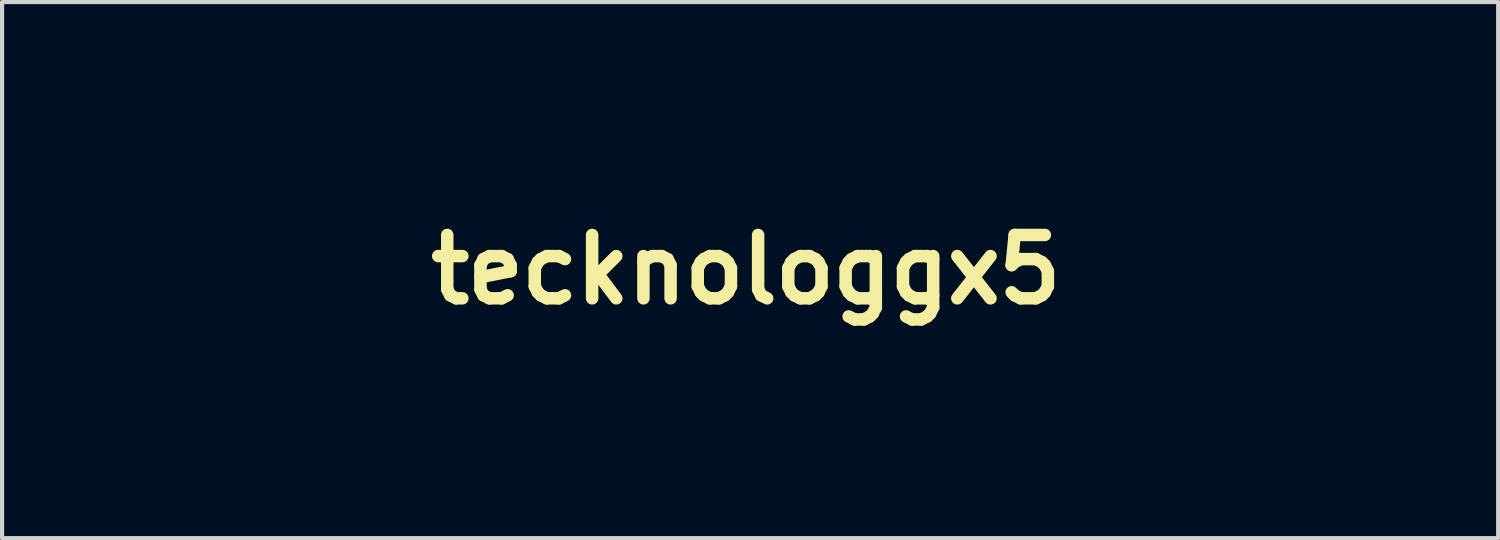
<source format=kicad_pcb>
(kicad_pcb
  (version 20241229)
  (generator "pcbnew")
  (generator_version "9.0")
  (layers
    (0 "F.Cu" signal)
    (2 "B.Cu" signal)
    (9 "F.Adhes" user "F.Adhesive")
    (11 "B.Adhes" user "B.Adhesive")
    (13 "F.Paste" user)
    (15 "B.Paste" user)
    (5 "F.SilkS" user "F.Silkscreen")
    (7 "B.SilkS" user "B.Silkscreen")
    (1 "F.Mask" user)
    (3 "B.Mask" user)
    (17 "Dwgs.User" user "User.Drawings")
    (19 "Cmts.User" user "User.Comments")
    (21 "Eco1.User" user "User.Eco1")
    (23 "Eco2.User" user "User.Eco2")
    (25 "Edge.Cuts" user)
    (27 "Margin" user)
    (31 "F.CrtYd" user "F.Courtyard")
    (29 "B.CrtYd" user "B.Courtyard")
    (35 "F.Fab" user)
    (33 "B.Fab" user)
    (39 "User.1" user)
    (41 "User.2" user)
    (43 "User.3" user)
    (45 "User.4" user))
  (footprint "tecknologgx5"
    (layer "F.Cu")
    (at 14.889 3.434)
    (property "Reference" "tecknologgx5" (at 0 0 0) (layer "F.SilkS") (effects (font (size 1.524 1.524) (thickness 0.3))))
    (attr through_hole)
    (fp_poly (pts (xy -4.623 0.102) (xy -5.69 0.102) (xy -5.69 -0.254) (xy -4.623 -0.254) (xy -4.623 0.102)) (stroke (width 0.01) (type solid)) (fill no) (layer "Eco1.User"))
    (fp_poly (pts (xy -1.778 0.864) (xy -2.136 0.864) (xy -2.108 -0.991) (xy -1.778 -1.022) (xy -1.778 0.864)) (stroke (width 0.01) (type solid)) (fill no) (layer "Eco1.User"))
    (fp_poly (pts (xy -6.41 -0.851) (xy -6.426 -0.686) (xy -6.795 -0.671) (xy -7.163 -0.656) (xy -7.163 0.864) (xy -7.518 0.864) (xy -7.518 -0.656) (xy -7.887 -0.671) (xy -8.255 -0.686) (xy -8.287 -1.016) (xy -6.394 -1.016) (xy -6.41 -0.851)) (stroke (width 0.01) (type solid)) (fill no) (layer "Eco1.User"))
    (fp_poly (pts (xy 5.029 0.508) (xy 6.401 0.508) (xy 6.401 0.864) (xy 5.598 0.864) (xy 5.246 0.86) (xy 4.99 0.85) (xy 4.823 0.833) (xy 4.74 0.807) (xy 4.735 0.803) (xy 4.709 0.737) (xy 4.691 0.592) (xy 4.68 0.361) (xy 4.674 0.039) (xy 4.674 -0.137) (xy 4.674 -1.016) (xy 5.029 -1.016) (xy 5.029 0.508)) (stroke (width 0.01) (type solid)) (fill no) (layer "Eco1.User"))
    (fp_poly (pts (xy 13.327 1.886) (xy 13.341 1.909) (xy 13.291 1.966) (xy 13.186 2.06) (xy 12.986 2.237) (xy 13.183 2.439) (xy 13.293 2.554) (xy 13.337 2.614) (xy 13.322 2.638) (xy 13.254 2.642) (xy 13.122 2.597) (xy 12.96 2.468) (xy 12.926 2.434) (xy 12.725 2.227) (xy 12.924 2.053) (xy 13.084 1.939) (xy 13.224 1.884) (xy 13.255 1.882) (xy 13.327 1.886)) (stroke (width 0.01) (type solid)) (fill no) (layer "Eco1.User"))
    (fp_poly (pts (xy 2.784 1.907) (xy 2.913 1.998) (xy 2.98 2.16) (xy 2.997 2.362) (xy 2.993 2.524) (xy 2.974 2.608) (xy 2.931 2.639) (xy 2.896 2.642) (xy 2.837 2.629) (xy 2.806 2.576) (xy 2.795 2.459) (xy 2.794 2.365) (xy 2.794 2.089) (xy 2.604 2.073) (xy 2.459 2.042) (xy 2.399 1.976) (xy 2.397 1.968) (xy 2.404 1.911) (xy 2.47 1.885) (xy 2.587 1.88) (xy 2.784 1.907)) (stroke (width 0.01) (type solid)) (fill no) (layer "Eco1.User"))
    (fp_poly (pts (xy 15.004 1.886) (xy 15.07 1.91) (xy 15.079 1.962) (xy 15.078 1.968) (xy 15.038 2.028) (xy 14.934 2.061) (xy 14.82 2.073) (xy 14.58 2.088) (xy 14.58 2.365) (xy 14.573 2.533) (xy 14.548 2.618) (xy 14.503 2.642) (xy 14.461 2.619) (xy 14.437 2.54) (xy 14.428 2.386) (xy 14.427 2.313) (xy 14.438 2.102) (xy 14.484 1.973) (xy 14.582 1.906) (xy 14.754 1.881) (xy 14.859 1.88) (xy 15.004 1.886)) (stroke (width 0.01) (type solid)) (fill no) (layer "Eco1.User"))
    (fp_poly (pts (xy -0.34 1.886) (xy -0.272 1.914) (xy -0.254 1.974) (xy -0.254 1.981) (xy -0.269 2.045) (xy -0.331 2.075) (xy -0.466 2.083) (xy -0.483 2.083) (xy -0.711 2.083) (xy -0.711 2.362) (xy -0.716 2.524) (xy -0.735 2.608) (xy -0.777 2.639) (xy -0.813 2.642) (xy -0.872 2.629) (xy -0.902 2.577) (xy -0.913 2.46) (xy -0.914 2.362) (xy -0.892 2.132) (xy -0.818 1.983) (xy -0.681 1.902) (xy -0.483 1.88) (xy -0.34 1.886)) (stroke (width 0.01) (type solid)) (fill no) (layer "Eco1.User"))
    (fp_poly (pts (xy 4.646 1.887) (xy 4.709 1.917) (xy 4.724 1.981) (xy 4.709 2.045) (xy 4.647 2.075) (xy 4.512 2.083) (xy 4.496 2.083) (xy 4.267 2.083) (xy 4.267 2.362) (xy 4.263 2.524) (xy 4.244 2.608) (xy 4.201 2.639) (xy 4.166 2.642) (xy 4.109 2.63) (xy 4.078 2.581) (xy 4.066 2.471) (xy 4.064 2.34) (xy 4.084 2.118) (xy 4.154 1.977) (xy 4.286 1.902) (xy 4.496 1.88) (xy 4.507 1.88) (xy 4.646 1.887)) (stroke (width 0.01) (type solid)) (fill no) (layer "Eco1.User"))
    (fp_poly (pts (xy 8.601 1.886) (xy 8.669 1.914) (xy 8.687 1.974) (xy 8.687 1.981) (xy 8.672 2.045) (xy 8.61 2.075) (xy 8.475 2.083) (xy 8.458 2.083) (xy 8.23 2.083) (xy 8.23 2.362) (xy 8.225 2.524) (xy 8.206 2.608) (xy 8.164 2.639) (xy 8.128 2.642) (xy 8.069 2.629) (xy 8.039 2.577) (xy 8.027 2.46) (xy 8.026 2.362) (xy 8.049 2.132) (xy 8.123 1.983) (xy 8.259 1.902) (xy 8.458 1.88) (xy 8.601 1.886)) (stroke (width 0.01) (type solid)) (fill no) (layer "Eco1.User"))
    (fp_poly (pts (xy 2.281 1.581) (xy 2.31 1.614) (xy 2.327 1.689) (xy 2.335 1.826) (xy 2.337 2.041) (xy 2.337 2.108) (xy 2.336 2.346) (xy 2.329 2.5) (xy 2.315 2.589) (xy 2.289 2.63) (xy 2.248 2.641) (xy 2.235 2.642) (xy 2.19 2.635) (xy 2.16 2.603) (xy 2.144 2.528) (xy 2.136 2.391) (xy 2.134 2.175) (xy 2.134 2.108) (xy 2.135 1.87) (xy 2.141 1.716) (xy 2.155 1.627) (xy 2.181 1.586) (xy 2.222 1.575) (xy 2.235 1.575) (xy 2.281 1.581)) (stroke (width 0.01) (type solid)) (fill no) (layer "Eco1.User"))
    (fp_poly (pts (xy 12.644 1.581) (xy 12.673 1.614) (xy 12.69 1.689) (xy 12.698 1.826) (xy 12.7 2.041) (xy 12.7 2.108) (xy 12.699 2.346) (xy 12.693 2.5) (xy 12.678 2.589) (xy 12.652 2.63) (xy 12.611 2.641) (xy 12.598 2.642) (xy 12.553 2.635) (xy 12.524 2.603) (xy 12.507 2.528) (xy 12.499 2.391) (xy 12.497 2.175) (xy 12.497 2.108) (xy 12.498 1.87) (xy 12.504 1.716) (xy 12.519 1.627) (xy 12.545 1.586) (xy 12.586 1.575) (xy 12.598 1.575) (xy 12.644 1.581)) (stroke (width 0.01) (type solid)) (fill no) (layer "Eco1.User"))
    (fp_poly (pts (xy -4.637 1.897) (xy -4.479 1.958) (xy -4.384 2.085) (xy -4.335 2.292) (xy -4.329 2.354) (xy -4.319 2.517) (xy -4.327 2.603) (xy -4.361 2.637) (xy -4.411 2.642) (xy -4.474 2.628) (xy -4.508 2.572) (xy -4.526 2.448) (xy -4.531 2.375) (xy -4.547 2.108) (xy -4.978 2.077) (xy -4.978 2.359) (xy -4.983 2.522) (xy -5.001 2.606) (xy -5.043 2.638) (xy -5.082 2.642) (xy -5.136 2.634) (xy -5.165 2.596) (xy -5.176 2.507) (xy -5.174 2.344) (xy -5.171 2.273) (xy -5.156 1.905) (xy -4.873 1.89) (xy -4.637 1.897)) (stroke (width 0.01) (type solid)) (fill no) (layer "Eco1.User"))
    (fp_poly (pts (xy -4.47 -0.66) (xy -5.842 -0.66) (xy -5.842 -0.157) (xy -5.839 0.067) (xy -5.831 0.258) (xy -5.819 0.389) (xy -5.811 0.428) (xy -5.784 0.461) (xy -5.721 0.484) (xy -5.606 0.499) (xy -5.424 0.506) (xy -5.158 0.508) (xy -5.125 0.508) (xy -4.47 0.508) (xy -4.47 0.864) (xy -5.118 0.86) (xy -5.373 0.856) (xy -5.598 0.846) (xy -5.769 0.833) (xy -5.864 0.817) (xy -5.867 0.816) (xy -5.969 0.767) (xy -6.043 0.706) (xy -6.093 0.617) (xy -6.123 0.486) (xy -6.137 0.295) (xy -6.139 0.029) (xy -6.135 -0.209) (xy -6.121 -0.991) (xy -5.296 -1.005) (xy -4.47 -1.019) (xy -4.47 -0.66)) (stroke (width 0.01) (type solid)) (fill no) (layer "Eco1.User"))
    (fp_poly (pts (xy -0.648 -0.546) (xy -1.118 -0.076) (xy -0.623 0.391) (xy -0.127 0.859) (xy -0.382 0.861) (xy -0.499 0.859) (xy -0.589 0.843) (xy -0.675 0.8) (xy -0.778 0.717) (xy -0.919 0.58) (xy -1.016 0.483) (xy -1.234 0.275) (xy -1.398 0.148) (xy -1.505 0.102) (xy -1.51 0.102) (xy -1.589 0.086) (xy -1.621 0.02) (xy -1.626 -0.076) (xy -1.615 -0.197) (xy -1.572 -0.247) (xy -1.51 -0.254) (xy -1.406 -0.295) (xy -1.246 -0.418) (xy -1.03 -0.62) (xy -1.016 -0.635) (xy -0.844 -0.805) (xy -0.722 -0.916) (xy -0.628 -0.979) (xy -0.542 -1.008) (xy -0.443 -1.016) (xy -0.408 -1.016) (xy -0.178 -1.016) (xy -0.648 -0.546)) (stroke (width 0.01) (type solid)) (fill no) (layer "Eco1.User"))
    (fp_poly (pts (xy -2.448 -0.851) (xy -2.464 -0.686) (xy -3.139 -0.672) (xy -3.813 -0.657) (xy -3.799 -0.087) (xy -3.785 0.483) (xy -2.438 0.511) (xy -2.438 0.864) (xy -3.111 0.862) (xy -3.436 0.856) (xy -3.672 0.842) (xy -3.831 0.818) (xy -3.917 0.787) (xy -4.02 0.711) (xy -4.092 0.603) (xy -4.137 0.447) (xy -4.158 0.227) (xy -4.16 -0.073) (xy -4.157 -0.178) (xy -4.149 -0.432) (xy -4.138 -0.606) (xy -4.12 -0.72) (xy -4.091 -0.794) (xy -4.045 -0.851) (xy -3.998 -0.894) (xy -3.936 -0.942) (xy -3.87 -0.976) (xy -3.782 -0.997) (xy -3.652 -1.009) (xy -3.461 -1.015) (xy -3.191 -1.016) (xy -3.144 -1.016) (xy -2.432 -1.016) (xy -2.448 -0.851)) (stroke (width 0.01) (type solid)) (fill no) (layer "Eco1.User"))
    (fp_poly (pts (xy -1.755 1.907) (xy -1.732 2.002) (xy -1.727 2.132) (xy -1.706 2.323) (xy -1.634 2.436) (xy -1.497 2.484) (xy -1.403 2.489) (xy -1.33 2.482) (xy -1.29 2.443) (xy -1.27 2.348) (xy -1.26 2.198) (xy -1.244 2.025) (xy -1.215 1.93) (xy -1.165 1.891) (xy -1.153 1.889) (xy -1.107 1.889) (xy -1.081 1.928) (xy -1.072 2.023) (xy -1.075 2.195) (xy -1.077 2.244) (xy -1.092 2.616) (xy -1.372 2.631) (xy -1.599 2.624) (xy -1.75 2.574) (xy -1.765 2.564) (xy -1.831 2.501) (xy -1.866 2.412) (xy -1.879 2.266) (xy -1.88 2.182) (xy -1.874 2.005) (xy -1.853 1.911) (xy -1.812 1.88) (xy -1.803 1.88) (xy -1.755 1.907)) (stroke (width 0.01) (type solid)) (fill no) (layer "Eco1.User"))
    (fp_poly (pts (xy 0.477 1.883) (xy 0.568 1.9) (xy 0.604 1.937) (xy 0.61 1.981) (xy 0.597 2.04) (xy 0.545 2.071) (xy 0.428 2.082) (xy 0.33 2.083) (xy 0.051 2.083) (xy 0.051 2.255) (xy 0.067 2.379) (xy 0.127 2.451) (xy 0.252 2.483) (xy 0.411 2.489) (xy 0.55 2.502) (xy 0.607 2.546) (xy 0.61 2.565) (xy 0.586 2.61) (xy 0.503 2.634) (xy 0.34 2.641) (xy 0.308 2.642) (xy 0.128 2.635) (xy 0.019 2.611) (xy -0.05 2.559) (xy -0.073 2.529) (xy -0.132 2.393) (xy -0.152 2.261) (xy -0.126 2.108) (xy -0.073 1.993) (xy -0.011 1.927) (xy 0.079 1.893) (xy 0.226 1.88) (xy 0.308 1.88) (xy 0.477 1.883)) (stroke (width 0.01) (type solid)) (fill no) (layer "Eco1.User"))
    (fp_poly (pts (xy -2.262 1.908) (xy -2.116 1.997) (xy -2.043 2.153) (xy -2.032 2.278) (xy -2.06 2.459) (xy -2.15 2.574) (xy -2.314 2.631) (xy -2.478 2.642) (xy -2.647 2.632) (xy -2.749 2.597) (xy -2.817 2.529) (xy -2.875 2.393) (xy -2.896 2.261) (xy -2.895 2.256) (xy -2.692 2.256) (xy -2.656 2.406) (xy -2.553 2.483) (xy -2.395 2.483) (xy -2.316 2.458) (xy -2.253 2.382) (xy -2.235 2.255) (xy -2.24 2.149) (xy -2.274 2.099) (xy -2.365 2.084) (xy -2.464 2.083) (xy -2.604 2.087) (xy -2.671 2.112) (xy -2.691 2.181) (xy -2.692 2.256) (xy -2.895 2.256) (xy -2.864 2.065) (xy -2.764 1.942) (xy -2.59 1.885) (xy -2.486 1.88) (xy -2.262 1.908)) (stroke (width 0.01) (type solid)) (fill no) (layer "Eco1.User"))
    (fp_poly (pts (xy -6.446 1.906) (xy -6.317 1.994) (xy -6.256 2.151) (xy -6.248 2.269) (xy -6.28 2.462) (xy -6.379 2.582) (xy -6.552 2.637) (xy -6.646 2.642) (xy -6.791 2.63) (xy -6.853 2.591) (xy -6.858 2.565) (xy -6.814 2.504) (xy -6.735 2.489) (xy -6.569 2.471) (xy -6.481 2.405) (xy -6.452 2.277) (xy -6.452 2.255) (xy -6.457 2.149) (xy -6.491 2.099) (xy -6.581 2.084) (xy -6.68 2.083) (xy -6.909 2.083) (xy -6.909 2.489) (xy -6.912 2.697) (xy -6.925 2.822) (xy -6.95 2.882) (xy -6.987 2.896) (xy -7.071 2.854) (xy -7.094 2.819) (xy -7.106 2.732) (xy -7.109 2.577) (xy -7.103 2.386) (xy -7.103 2.381) (xy -7.078 2.149) (xy -7.026 2) (xy -6.929 1.917) (xy -6.774 1.884) (xy -6.653 1.88) (xy -6.446 1.906)) (stroke (width 0.01) (type solid)) (fill no) (layer "Eco1.User"))
    (fp_poly (pts (xy -5.485 1.909) (xy -5.351 1.988) (xy -5.286 2.098) (xy -5.303 2.225) (xy -5.363 2.308) (xy -5.457 2.36) (xy -5.587 2.386) (xy -5.718 2.385) (xy -5.814 2.357) (xy -5.842 2.315) (xy -5.795 2.256) (xy -5.677 2.226) (xy -5.545 2.192) (xy -5.503 2.14) (xy -5.545 2.089) (xy -5.667 2.059) (xy -5.715 2.057) (xy -5.918 2.057) (xy -5.918 2.261) (xy -5.912 2.391) (xy -5.876 2.452) (xy -5.783 2.475) (xy -5.728 2.48) (xy -5.586 2.51) (xy -5.537 2.568) (xy -5.537 2.568) (xy -5.581 2.614) (xy -5.689 2.639) (xy -5.824 2.642) (xy -5.953 2.622) (xy -6.035 2.581) (xy -6.07 2.498) (xy -6.092 2.353) (xy -6.096 2.252) (xy -6.081 2.068) (xy -6.025 1.955) (xy -5.908 1.898) (xy -5.713 1.88) (xy -5.675 1.88) (xy -5.485 1.909)) (stroke (width 0.01) (type solid)) (fill no) (layer "Eco1.User"))
    (fp_poly (pts (xy -3.199 1.885) (xy -3.124 1.908) (xy -3.1 1.959) (xy -3.099 1.981) (xy -3.114 2.044) (xy -3.176 2.076) (xy -3.31 2.089) (xy -3.34 2.09) (xy -3.581 2.096) (xy -3.353 2.129) (xy -3.163 2.165) (xy -3.055 2.215) (xy -3.006 2.293) (xy -2.997 2.389) (xy -3.026 2.516) (xy -3.119 2.596) (xy -3.289 2.635) (xy -3.451 2.642) (xy -3.612 2.634) (xy -3.691 2.606) (xy -3.708 2.565) (xy -3.676 2.514) (xy -3.569 2.491) (xy -3.493 2.488) (xy -3.336 2.477) (xy -3.22 2.449) (xy -3.161 2.413) (xy -3.18 2.376) (xy -3.202 2.367) (xy -3.303 2.344) (xy -3.444 2.326) (xy -3.449 2.326) (xy -3.612 2.281) (xy -3.706 2.189) (xy -3.717 2.069) (xy -3.679 1.992) (xy -3.607 1.92) (xy -3.497 1.887) (xy -3.35 1.88) (xy -3.199 1.885)) (stroke (width 0.01) (type solid)) (fill no) (layer "Eco1.User"))
    (fp_poly (pts (xy 1.349 1.891) (xy 1.446 1.936) (xy 1.496 1.995) (xy 1.553 2.146) (xy 1.521 2.27) (xy 1.411 2.353) (xy 1.234 2.384) (xy 1.14 2.379) (xy 1.013 2.344) (xy 0.98 2.294) (xy 1.04 2.248) (xy 1.153 2.226) (xy 1.296 2.196) (xy 1.346 2.137) (xy 1.346 2.134) (xy 1.313 2.081) (xy 1.201 2.059) (xy 1.143 2.057) (xy 0.94 2.057) (xy 0.94 2.261) (xy 0.946 2.391) (xy 0.982 2.452) (xy 1.075 2.475) (xy 1.13 2.48) (xy 1.272 2.51) (xy 1.321 2.568) (xy 1.321 2.568) (xy 1.277 2.614) (xy 1.169 2.639) (xy 1.034 2.642) (xy 0.905 2.622) (xy 0.823 2.581) (xy 0.788 2.498) (xy 0.766 2.353) (xy 0.762 2.252) (xy 0.776 2.069) (xy 0.832 1.956) (xy 0.947 1.899) (xy 1.14 1.88) (xy 1.189 1.88) (xy 1.349 1.891)) (stroke (width 0.01) (type solid)) (fill no) (layer "Eco1.User"))
    (fp_poly (pts (xy -12.779 -0.501) (xy -12.605 -0.399) (xy -12.517 -0.325) (xy -12.506 -0.268) (xy -12.548 -0.229) (xy -12.597 -0.166) (xy -12.564 -0.085) (xy -12.443 0.019) (xy -12.232 0.151) (xy -12.219 0.158) (xy -12.031 0.27) (xy -11.923 0.349) (xy -11.884 0.405) (xy -11.894 0.44) (xy -11.929 0.504) (xy -11.914 0.57) (xy -11.839 0.646) (xy -11.693 0.745) (xy -11.467 0.875) (xy -11.449 0.885) (xy -11.193 1.028) (xy -11.016 1.129) (xy -10.909 1.199) (xy -10.865 1.248) (xy -10.874 1.286) (xy -10.928 1.323) (xy -11.017 1.368) (xy -11.025 1.372) (xy -11.226 1.444) (xy -11.477 1.491) (xy -11.741 1.509) (xy -11.978 1.495) (xy -12.122 1.46) (xy -12.471 1.275) (xy -12.761 1.028) (xy -12.983 0.733) (xy -13.131 0.405) (xy -13.198 0.057) (xy -13.176 -0.296) (xy -13.113 -0.517) (xy -13.061 -0.653) (xy -12.779 -0.501)) (stroke (width 0.01) (type solid)) (fill no) (layer "Eco1.User"))
    (fp_poly (pts (xy -11.653 -1.509) (xy -11.279 -1.424) (xy -10.947 -1.259) (xy -10.666 -1.027) (xy -10.446 -0.742) (xy -10.296 -0.416) (xy -10.225 -0.064) (xy -10.242 0.303) (xy -10.279 0.461) (xy -10.336 0.633) (xy -10.396 0.776) (xy -10.429 0.832) (xy -10.469 0.876) (xy -10.512 0.877) (xy -10.576 0.825) (xy -10.678 0.708) (xy -10.736 0.637) (xy -10.877 0.456) (xy -10.953 0.338) (xy -10.967 0.274) (xy -10.925 0.254) (xy -10.922 0.254) (xy -10.866 0.223) (xy -10.88 0.14) (xy -10.955 0.018) (xy -11.084 -0.127) (xy -11.158 -0.197) (xy -11.304 -0.332) (xy -11.382 -0.421) (xy -11.404 -0.482) (xy -11.381 -0.531) (xy -11.36 -0.579) (xy -11.373 -0.646) (xy -11.429 -0.751) (xy -11.535 -0.909) (xy -11.627 -1.037) (xy -11.756 -1.218) (xy -11.859 -1.368) (xy -11.923 -1.47) (xy -11.938 -1.502) (xy -11.892 -1.517) (xy -11.774 -1.518) (xy -11.653 -1.509)) (stroke (width 0.01) (type solid)) (fill no) (layer "Eco1.User"))
    (fp_poly (pts (xy 7.059 1.912) (xy 7.061 1.934) (xy 7.031 2.017) (xy 6.955 2.149) (xy 6.852 2.301) (xy 6.742 2.446) (xy 6.645 2.555) (xy 6.594 2.596) (xy 6.465 2.63) (xy 6.381 2.575) (xy 6.35 2.436) (xy 6.35 2.43) (xy 6.35 2.265) (xy 6.157 2.453) (xy 6.033 2.571) (xy 5.958 2.627) (xy 5.911 2.634) (xy 5.876 2.608) (xy 5.859 2.543) (xy 5.847 2.407) (xy 5.842 2.228) (xy 5.842 2.227) (xy 5.845 2.043) (xy 5.858 1.938) (xy 5.887 1.891) (xy 5.939 1.88) (xy 5.944 1.88) (xy 6.009 1.896) (xy 6.038 1.961) (xy 6.045 2.095) (xy 6.045 2.311) (xy 6.244 2.083) (xy 6.376 1.948) (xy 6.467 1.903) (xy 6.523 1.952) (xy 6.555 2.098) (xy 6.563 2.184) (xy 6.579 2.413) (xy 6.743 2.146) (xy 6.849 1.999) (xy 6.947 1.905) (xy 7.022 1.872) (xy 7.059 1.912)) (stroke (width 0.01) (type solid)) (fill no) (layer "Eco1.User"))
    (fp_poly (pts (xy 7.559 1.882) (xy 7.699 1.906) (xy 7.801 1.952) (xy 7.867 2.053) (xy 7.899 2.21) (xy 7.895 2.38) (xy 7.852 2.523) (xy 7.83 2.558) (xy 7.722 2.62) (xy 7.559 2.646) (xy 7.379 2.637) (xy 7.22 2.595) (xy 7.137 2.54) (xy 7.076 2.417) (xy 7.101 2.3) (xy 7.194 2.204) (xy 7.342 2.146) (xy 7.526 2.142) (xy 7.629 2.18) (xy 7.647 2.237) (xy 7.588 2.293) (xy 7.46 2.327) (xy 7.455 2.327) (xy 7.312 2.357) (xy 7.264 2.418) (xy 7.264 2.419) (xy 7.29 2.467) (xy 7.381 2.483) (xy 7.48 2.479) (xy 7.616 2.465) (xy 7.678 2.429) (xy 7.695 2.343) (xy 7.696 2.261) (xy 7.691 2.133) (xy 7.658 2.072) (xy 7.568 2.049) (xy 7.48 2.042) (xy 7.326 2.015) (xy 7.266 1.964) (xy 7.264 1.953) (xy 7.308 1.905) (xy 7.418 1.881) (xy 7.559 1.882)) (stroke (width 0.01) (type solid)) (fill no) (layer "Eco1.User"))
    (fp_poly (pts (xy 9.424 1.891) (xy 9.519 1.934) (xy 9.58 2.007) (xy 9.634 2.105) (xy 9.626 2.183) (xy 9.579 2.263) (xy 9.505 2.348) (xy 9.41 2.38) (xy 9.285 2.378) (xy 9.132 2.351) (xy 9.061 2.309) (xy 9.076 2.264) (xy 9.182 2.231) (xy 9.23 2.226) (xy 9.373 2.196) (xy 9.423 2.137) (xy 9.423 2.134) (xy 9.39 2.081) (xy 9.279 2.059) (xy 9.22 2.057) (xy 9.017 2.057) (xy 9.017 2.261) (xy 9.023 2.391) (xy 9.059 2.452) (xy 9.152 2.475) (xy 9.207 2.48) (xy 9.349 2.51) (xy 9.398 2.568) (xy 9.398 2.568) (xy 9.354 2.614) (xy 9.246 2.639) (xy 9.111 2.642) (xy 8.983 2.622) (xy 8.9 2.581) (xy 8.865 2.498) (xy 8.843 2.353) (xy 8.839 2.252) (xy 8.854 2.069) (xy 8.909 1.956) (xy 9.024 1.899) (xy 9.217 1.88) (xy 9.266 1.88) (xy 9.424 1.891)) (stroke (width 0.01) (type solid)) (fill no) (layer "Eco1.User"))
    (fp_poly (pts (xy 12.144 1.894) (xy 12.267 1.948) (xy 12.327 2.06) (xy 12.344 2.248) (xy 12.344 2.261) (xy 12.33 2.449) (xy 12.275 2.564) (xy 12.161 2.623) (xy 11.969 2.641) (xy 11.924 2.642) (xy 11.738 2.62) (xy 11.617 2.55) (xy 11.608 2.54) (xy 11.547 2.417) (xy 11.571 2.3) (xy 11.665 2.204) (xy 11.812 2.146) (xy 11.996 2.142) (xy 12.099 2.18) (xy 12.117 2.237) (xy 12.058 2.293) (xy 11.931 2.327) (xy 11.925 2.327) (xy 11.783 2.357) (xy 11.735 2.418) (xy 11.735 2.419) (xy 11.76 2.467) (xy 11.851 2.483) (xy 11.951 2.479) (xy 12.087 2.463) (xy 12.153 2.425) (xy 12.178 2.34) (xy 12.183 2.291) (xy 12.175 2.147) (xy 12.105 2.066) (xy 11.959 2.034) (xy 11.9 2.033) (xy 11.773 2.013) (xy 11.735 1.956) (xy 11.768 1.903) (xy 11.878 1.881) (xy 11.941 1.88) (xy 12.144 1.894)) (stroke (width 0.01) (type solid)) (fill no) (layer "Eco1.User"))
    (fp_poly (pts (xy 14.031 1.889) (xy 14.177 1.932) (xy 14.251 2.022) (xy 14.275 2.155) (xy 14.245 2.284) (xy 14.214 2.327) (xy 14.125 2.37) (xy 13.996 2.389) (xy 13.86 2.384) (xy 13.755 2.357) (xy 13.716 2.311) (xy 13.755 2.255) (xy 13.88 2.235) (xy 13.891 2.235) (xy 14.029 2.216) (xy 14.104 2.169) (xy 14.1 2.108) (xy 14.065 2.077) (xy 13.966 2.048) (xy 13.843 2.044) (xy 13.746 2.062) (xy 13.699 2.113) (xy 13.679 2.227) (xy 13.675 2.273) (xy 13.659 2.489) (xy 13.865 2.489) (xy 14.008 2.501) (xy 14.067 2.542) (xy 14.072 2.565) (xy 14.028 2.616) (xy 13.92 2.641) (xy 13.781 2.641) (xy 13.646 2.616) (xy 13.547 2.566) (xy 13.542 2.562) (xy 13.481 2.441) (xy 13.461 2.273) (xy 13.482 2.104) (xy 13.543 1.976) (xy 13.555 1.964) (xy 13.675 1.907) (xy 13.849 1.881) (xy 14.031 1.889)) (stroke (width 0.01) (type solid)) (fill no) (layer "Eco1.User"))
    (fp_poly (pts (xy 3.712 1.894) (xy 3.834 1.948) (xy 3.895 2.06) (xy 3.912 2.248) (xy 3.912 2.261) (xy 3.904 2.433) (xy 3.875 2.532) (xy 3.816 2.587) (xy 3.813 2.589) (xy 3.674 2.63) (xy 3.498 2.641) (xy 3.326 2.623) (xy 3.199 2.578) (xy 3.179 2.562) (xy 3.108 2.438) (xy 3.124 2.315) (xy 3.214 2.212) (xy 3.365 2.147) (xy 3.491 2.134) (xy 3.609 2.147) (xy 3.654 2.197) (xy 3.658 2.235) (xy 3.638 2.305) (xy 3.56 2.333) (xy 3.48 2.337) (xy 3.35 2.352) (xy 3.303 2.403) (xy 3.302 2.416) (xy 3.325 2.466) (xy 3.41 2.483) (xy 3.518 2.479) (xy 3.654 2.463) (xy 3.72 2.425) (xy 3.745 2.34) (xy 3.75 2.291) (xy 3.742 2.147) (xy 3.673 2.066) (xy 3.526 2.034) (xy 3.467 2.033) (xy 3.34 2.013) (xy 3.302 1.956) (xy 3.335 1.903) (xy 3.445 1.881) (xy 3.509 1.88) (xy 3.712 1.894)) (stroke (width 0.01) (type solid)) (fill no) (layer "Eco1.User"))
    (fp_poly (pts (xy 0.274 -1.041) (xy 0.337 -1.008) (xy 0.424 -0.938) (xy 0.545 -0.822) (xy 0.712 -0.653) (xy 0.935 -0.42) (xy 0.991 -0.361) (xy 1.6 0.279) (xy 1.629 -1.016) (xy 1.981 -1.016) (xy 1.981 -0.131) (xy 1.98 0.2) (xy 1.975 0.444) (xy 1.965 0.616) (xy 1.95 0.729) (xy 1.927 0.799) (xy 1.901 0.835) (xy 1.824 0.899) (xy 1.787 0.916) (xy 1.742 0.881) (xy 1.64 0.785) (xy 1.49 0.638) (xy 1.306 0.452) (xy 1.115 0.255) (xy 0.91 0.044) (xy 0.728 -0.14) (xy 0.581 -0.284) (xy 0.482 -0.376) (xy 0.442 -0.406) (xy 0.429 -0.359) (xy 0.417 -0.229) (xy 0.41 -0.036) (xy 0.406 0.201) (xy 0.406 0.229) (xy 0.406 0.864) (xy 0.102 0.864) (xy 0.102 -0.071) (xy 0.103 -0.408) (xy 0.107 -0.657) (xy 0.115 -0.831) (xy 0.129 -0.943) (xy 0.148 -1.006) (xy 0.175 -1.033) (xy 0.178 -1.034) (xy 0.225 -1.047) (xy 0.274 -1.041)) (stroke (width 0.01) (type solid)) (fill no) (layer "Eco1.User"))
    (fp_poly (pts (xy 5.637 1.583) (xy 5.667 1.619) (xy 5.683 1.703) (xy 5.689 1.855) (xy 5.69 2.024) (xy 5.682 2.285) (xy 5.652 2.461) (xy 5.588 2.568) (xy 5.478 2.622) (xy 5.31 2.641) (xy 5.244 2.642) (xy 5.075 2.632) (xy 4.973 2.597) (xy 4.905 2.529) (xy 4.846 2.393) (xy 4.826 2.261) (xy 4.86 2.062) (xy 4.965 1.937) (xy 5.143 1.883) (xy 5.21 1.88) (xy 5.352 1.886) (xy 5.418 1.915) (xy 5.436 1.976) (xy 5.436 1.981) (xy 5.419 2.048) (xy 5.35 2.077) (xy 5.232 2.083) (xy 5.102 2.088) (xy 5.044 2.121) (xy 5.03 2.208) (xy 5.029 2.26) (xy 5.043 2.387) (xy 5.098 2.449) (xy 5.153 2.467) (xy 5.293 2.479) (xy 5.381 2.465) (xy 5.433 2.439) (xy 5.464 2.389) (xy 5.48 2.291) (xy 5.486 2.124) (xy 5.486 2.003) (xy 5.488 1.794) (xy 5.497 1.667) (xy 5.518 1.601) (xy 5.555 1.577) (xy 5.588 1.575) (xy 5.637 1.583)) (stroke (width 0.01) (type solid)) (fill no) (layer "Eco1.User"))
    (fp_poly (pts (xy 10.811 -0.851) (xy 10.795 -0.686) (xy 9.296 -0.658) (xy 9.296 0.508) (xy 10.465 0.508) (xy 10.465 0.106) (xy 10.02 0.091) (xy 9.576 0.076) (xy 9.544 -0.254) (xy 10.102 -0.254) (xy 10.337 -0.251) (xy 10.538 -0.244) (xy 10.683 -0.233) (xy 10.74 -0.223) (xy 10.779 -0.19) (xy 10.804 -0.113) (xy 10.816 0.026) (xy 10.82 0.246) (xy 10.82 0.275) (xy 10.813 0.532) (xy 10.793 0.711) (xy 10.761 0.801) (xy 10.759 0.803) (xy 10.679 0.831) (xy 10.521 0.851) (xy 10.308 0.863) (xy 10.063 0.866) (xy 9.808 0.861) (xy 9.568 0.848) (xy 9.365 0.827) (xy 9.223 0.8) (xy 9.183 0.784) (xy 9.087 0.721) (xy 9.02 0.642) (xy 8.977 0.528) (xy 8.953 0.361) (xy 8.942 0.123) (xy 8.941 -0.094) (xy 8.942 -0.354) (xy 8.948 -0.534) (xy 8.963 -0.656) (xy 8.989 -0.74) (xy 9.032 -0.81) (xy 9.072 -0.86) (xy 9.204 -1.016) (xy 10.827 -1.016) (xy 10.811 -0.851)) (stroke (width 0.01) (type solid)) (fill no) (layer "Eco1.User"))
    (fp_poly (pts (xy -7.564 1.649) (xy -7.404 1.726) (xy -7.398 1.731) (xy -7.321 1.804) (xy -7.281 1.891) (xy -7.266 2.025) (xy -7.264 2.137) (xy -7.282 2.37) (xy -7.343 2.521) (xy -7.465 2.606) (xy -7.662 2.639) (xy -7.767 2.642) (xy -7.988 2.627) (xy -8.135 2.58) (xy -8.18 2.549) (xy -8.263 2.444) (xy -8.309 2.277) (xy -8.319 2.196) (xy -8.322 2.141) (xy -8.13 2.141) (xy -8.113 2.295) (xy -8.067 2.41) (xy -8.039 2.437) (xy -7.928 2.469) (xy -7.773 2.472) (xy -7.616 2.452) (xy -7.497 2.411) (xy -7.462 2.38) (xy -7.427 2.266) (xy -7.42 2.114) (xy -7.439 1.971) (xy -7.478 1.89) (xy -7.563 1.853) (xy -7.706 1.831) (xy -7.772 1.829) (xy -7.926 1.841) (xy -8.041 1.873) (xy -8.067 1.89) (xy -8.115 1.992) (xy -8.13 2.141) (xy -8.322 2.141) (xy -8.328 2.034) (xy -8.307 1.928) (xy -8.242 1.835) (xy -8.189 1.78) (xy -8.072 1.682) (xy -7.952 1.636) (xy -7.783 1.626) (xy -7.564 1.649)) (stroke (width 0.01) (type solid)) (fill no) (layer "Eco1.User"))
    (fp_poly (pts (xy 10.378 1.681) (xy 10.47 1.804) (xy 10.591 1.998) (xy 10.69 2.158) (xy 10.77 2.277) (xy 10.816 2.335) (xy 10.82 2.337) (xy 10.857 2.296) (xy 10.93 2.189) (xy 11.026 2.037) (xy 11.05 1.998) (xy 11.178 1.793) (xy 11.268 1.677) (xy 11.327 1.652) (xy 11.36 1.72) (xy 11.376 1.885) (xy 11.379 2.129) (xy 11.377 2.369) (xy 11.367 2.523) (xy 11.348 2.608) (xy 11.318 2.64) (xy 11.306 2.642) (xy 11.257 2.607) (xy 11.227 2.494) (xy 11.217 2.375) (xy 11.201 2.108) (xy 11.1 2.279) (xy 11.007 2.423) (xy 10.917 2.548) (xy 10.909 2.558) (xy 10.84 2.632) (xy 10.795 2.63) (xy 10.739 2.565) (xy 10.664 2.458) (xy 10.57 2.312) (xy 10.538 2.261) (xy 10.417 2.057) (xy 10.416 2.349) (xy 10.408 2.523) (xy 10.385 2.614) (xy 10.341 2.642) (xy 10.338 2.642) (xy 10.302 2.625) (xy 10.28 2.564) (xy 10.267 2.441) (xy 10.262 2.241) (xy 10.262 2.129) (xy 10.266 1.872) (xy 10.282 1.713) (xy 10.317 1.65) (xy 10.378 1.681)) (stroke (width 0.01) (type solid)) (fill no) (layer "Eco1.User"))
    (fp_poly (pts (xy -12.049 -1.188) (xy -12.002 -1.122) (xy -11.918 -1.001) (xy -11.84 -0.89) (xy -11.745 -0.739) (xy -11.712 -0.646) (xy -11.726 -0.621) (xy -11.785 -0.562) (xy -11.759 -0.456) (xy -11.653 -0.31) (xy -11.493 -0.152) (xy -11.35 -0.014) (xy -11.27 0.085) (xy -11.262 0.134) (xy -11.265 0.136) (xy -11.323 0.197) (xy -11.301 0.307) (xy -11.199 0.47) (xy -11.134 0.552) (xy -10.988 0.733) (xy -10.901 0.855) (xy -10.875 0.91) (xy -10.881 0.913) (xy -10.929 0.889) (xy -11.043 0.827) (xy -11.197 0.74) (xy -11.218 0.728) (xy -11.392 0.621) (xy -11.48 0.545) (xy -11.488 0.495) (xy -11.484 0.491) (xy -11.438 0.422) (xy -11.453 0.351) (xy -11.538 0.269) (xy -11.703 0.163) (xy -11.814 0.1) (xy -11.998 -0.003) (xy -12.105 -0.073) (xy -12.15 -0.122) (xy -12.146 -0.164) (xy -12.114 -0.205) (xy -12.062 -0.296) (xy -12.063 -0.353) (xy -12.121 -0.401) (xy -12.245 -0.482) (xy -12.413 -0.58) (xy -12.475 -0.615) (xy -12.646 -0.712) (xy -12.776 -0.794) (xy -12.845 -0.846) (xy -12.851 -0.855) (xy -12.806 -0.898) (xy -12.694 -0.96) (xy -12.541 -1.032) (xy -12.372 -1.101) (xy -12.217 -1.158) (xy -12.099 -1.19) (xy -12.049 -1.188)) (stroke (width 0.01) (type solid)) (fill no) (layer "Eco1.User"))
    (fp_poly (pts (xy 13.005 -0.663) (xy 12.255 -0.649) (xy 11.506 -0.635) (xy 11.491 -0.178) (xy 11.482 0.098) (xy 11.486 0.288) (xy 11.517 0.408) (xy 11.59 0.474) (xy 11.719 0.502) (xy 11.919 0.508) (xy 12.117 0.508) (xy 12.7 0.508) (xy 12.7 0.102) (xy 11.786 0.102) (xy 11.786 -0.254) (xy 12.36 -0.254) (xy 12.664 -0.248) (xy 12.873 -0.23) (xy 12.983 -0.201) (xy 12.995 -0.193) (xy 13.027 -0.107) (xy 13.048 0.066) (xy 13.056 0.305) (xy 13.048 0.548) (xy 13.027 0.719) (xy 12.995 0.803) (xy 12.92 0.828) (xy 12.766 0.846) (xy 12.556 0.858) (xy 12.313 0.863) (xy 12.06 0.862) (xy 11.818 0.855) (xy 11.612 0.841) (xy 11.463 0.821) (xy 11.405 0.802) (xy 11.317 0.744) (xy 11.256 0.674) (xy 11.215 0.575) (xy 11.192 0.428) (xy 11.181 0.216) (xy 11.178 -0.078) (xy 11.178 -0.091) (xy 11.178 -0.365) (xy 11.181 -0.556) (xy 11.192 -0.684) (xy 11.213 -0.768) (xy 11.247 -0.826) (xy 11.297 -0.879) (xy 11.31 -0.891) (xy 11.366 -0.939) (xy 11.424 -0.972) (xy 11.504 -0.995) (xy 11.621 -1.008) (xy 11.795 -1.014) (xy 12.043 -1.016) (xy 12.225 -1.016) (xy 13.005 -1.016) (xy 13.005 -0.663)) (stroke (width 0.01) (type solid)) (fill no) (layer "Eco1.User"))
    (fp_poly (pts (xy 7.947 -1.019) (xy 8.215 -0.946) (xy 8.407 -0.815) (xy 8.531 -0.618) (xy 8.596 -0.347) (xy 8.611 -0.076) (xy 8.59 0.238) (xy 8.523 0.476) (xy 8.404 0.653) (xy 8.242 0.777) (xy 8.065 0.843) (xy 7.826 0.885) (xy 7.566 0.899) (xy 7.32 0.884) (xy 7.144 0.843) (xy 6.887 0.698) (xy 6.704 0.486) (xy 6.597 0.211) (xy 6.568 -0.122) (xy 6.57 -0.147) (xy 6.922 -0.147) (xy 6.927 0.131) (xy 6.984 0.329) (xy 7.103 0.459) (xy 7.292 0.53) (xy 7.563 0.549) (xy 7.664 0.547) (xy 7.863 0.534) (xy 7.991 0.512) (xy 8.077 0.47) (xy 8.15 0.399) (xy 8.159 0.39) (xy 8.245 0.232) (xy 8.285 0.032) (xy 8.282 -0.184) (xy 8.241 -0.39) (xy 8.164 -0.558) (xy 8.056 -0.663) (xy 8.016 -0.679) (xy 7.905 -0.695) (xy 7.733 -0.707) (xy 7.559 -0.711) (xy 7.36 -0.705) (xy 7.228 -0.681) (xy 7.129 -0.63) (xy 7.08 -0.591) (xy 7 -0.509) (xy 6.954 -0.412) (xy 6.931 -0.267) (xy 6.922 -0.147) (xy 6.57 -0.147) (xy 6.582 -0.287) (xy 6.643 -0.568) (xy 6.752 -0.776) (xy 6.92 -0.919) (xy 7.158 -1.004) (xy 7.475 -1.039) (xy 7.595 -1.041) (xy 7.947 -1.019)) (stroke (width 0.01) (type solid)) (fill no) (layer "Eco1.User"))
    (fp_poly (pts (xy 3.679 -1.019) (xy 3.947 -0.946) (xy 4.139 -0.815) (xy 4.263 -0.618) (xy 4.328 -0.348) (xy 4.342 -0.076) (xy 4.323 0.229) (xy 4.261 0.458) (xy 4.148 0.631) (xy 3.976 0.769) (xy 3.822 0.83) (xy 3.605 0.873) (xy 3.358 0.897) (xy 3.12 0.898) (xy 2.925 0.871) (xy 2.921 0.87) (xy 2.668 0.769) (xy 2.487 0.614) (xy 2.372 0.394) (xy 2.318 0.1) (xy 2.311 -0.076) (xy 2.312 -0.091) (xy 2.642 -0.091) (xy 2.66 0.168) (xy 2.721 0.351) (xy 2.84 0.468) (xy 3.026 0.53) (xy 3.294 0.547) (xy 3.39 0.545) (xy 3.598 0.531) (xy 3.734 0.505) (xy 3.826 0.458) (xy 3.871 0.418) (xy 3.937 0.331) (xy 3.977 0.21) (xy 4 0.027) (xy 4.004 -0.049) (xy 4.012 -0.238) (xy 4.003 -0.359) (xy 3.969 -0.444) (xy 3.901 -0.526) (xy 3.87 -0.557) (xy 3.784 -0.636) (xy 3.702 -0.682) (xy 3.592 -0.704) (xy 3.425 -0.711) (xy 3.327 -0.711) (xy 3.125 -0.708) (xy 2.994 -0.694) (xy 2.904 -0.659) (xy 2.824 -0.596) (xy 2.79 -0.563) (xy 2.707 -0.468) (xy 2.662 -0.373) (xy 2.644 -0.241) (xy 2.642 -0.091) (xy 2.312 -0.091) (xy 2.335 -0.411) (xy 2.412 -0.665) (xy 2.55 -0.848) (xy 2.757 -0.966) (xy 3.042 -1.028) (xy 3.327 -1.041) (xy 3.679 -1.019)) (stroke (width 0.01) (type solid)) (fill no) (layer "Eco1.User"))
    (fp_poly (pts (xy -11.462 -3.426) (xy -11.292 -3.416) (xy -11.176 -3.394) (xy -11.09 -3.356) (xy -11.04 -3.323) (xy -10.905 -3.164) (xy -10.803 -2.913) (xy -10.741 -2.62) (xy -10.662 -2.41) (xy -10.508 -2.236) (xy -10.306 -2.128) (xy -10.255 -2.115) (xy -10.073 -2.115) (xy -9.819 -2.171) (xy -9.753 -2.192) (xy -9.502 -2.256) (xy -9.299 -2.264) (xy -9.129 -2.206) (xy -8.976 -2.073) (xy -8.825 -1.859) (xy -8.686 -1.604) (xy -8.584 -1.4) (xy -8.524 -1.26) (xy -8.498 -1.16) (xy -8.501 -1.073) (xy -8.526 -0.975) (xy -8.527 -0.971) (xy -8.626 -0.778) (xy -8.813 -0.581) (xy -8.837 -0.561) (xy -9.046 -0.347) (xy -9.157 -0.135) (xy -9.169 0.08) (xy -9.081 0.304) (xy -8.894 0.54) (xy -8.809 0.623) (xy -8.628 0.81) (xy -8.525 0.973) (xy -8.497 1.139) (xy -8.539 1.333) (xy -8.647 1.582) (xy -8.652 1.591) (xy -8.814 1.887) (xy -8.967 2.093) (xy -9.122 2.221) (xy -9.289 2.279) (xy -9.378 2.286) (xy -9.576 2.265) (xy -9.777 2.214) (xy -9.806 2.203) (xy -10.068 2.142) (xy -10.309 2.167) (xy -10.511 2.271) (xy -10.66 2.447) (xy -10.72 2.6) (xy -10.768 2.788) (xy -10.818 2.982) (xy -10.821 2.993) (xy -10.907 3.182) (xy -11.028 3.324) (xy -11.108 3.385) (xy -11.19 3.423) (xy -11.298 3.443) (xy -11.459 3.451) (xy -11.675 3.451) (xy -11.9 3.445) (xy -12.096 3.433) (xy -12.235 3.415) (xy -12.275 3.404) (xy -12.42 3.296) (xy -12.542 3.111) (xy -12.628 2.872) (xy -12.648 2.775) (xy -12.7 2.539) (xy -12.775 2.378) (xy -12.888 2.262) (xy -12.958 2.216) (xy -13.176 2.144) (xy -13.442 2.151) (xy -13.665 2.21) (xy -13.921 2.276) (xy -14.134 2.273) (xy -14.318 2.191) (xy -14.486 2.026) (xy -14.653 1.769) (xy -14.7 1.683) (xy -14.824 1.41) (xy -14.88 1.191) (xy -14.884 1.118) (xy -14.877 1.004) (xy -14.845 0.906) (xy -14.772 0.801) (xy -14.645 0.66) (xy -14.593 0.605) (xy -14.383 0.364) (xy -14.264 0.153) (xy -14.236 -0.043) (xy -14.298 -0.237) (xy -14.451 -0.445) (xy -14.584 -0.58) (xy -14.734 -0.727) (xy -14.824 -0.833) (xy -14.868 -0.924) (xy -14.883 -1.027) (xy -14.884 -1.095) (xy -14.881 -1.118) (xy -14.529 -1.118) (xy -14.494 -1.059) (xy -14.402 -0.955) (xy -14.272 -0.825) (xy -14.252 -0.806) (xy -14.051 -0.592) (xy -13.93 -0.387) (xy -13.878 -0.16) (xy -13.878 0.102) (xy -13.943 0.413) (xy -14.09 0.667) (xy -14.307 0.861) (xy -14.437 0.968) (xy -14.498 1.076) (xy -14.49 1.208) (xy -14.416 1.387) (xy -14.365 1.483) (xy -14.247 1.686) (xy -14.149 1.809) (xy -14.05 1.865) (xy -13.929 1.867) (xy -13.782 1.832) (xy -13.44 1.755) (xy -13.159 1.744) (xy -12.919 1.8) (xy -12.698 1.928) (xy -12.617 1.994) (xy -12.439 2.183) (xy -12.33 2.391) (xy -12.268 2.642) (xy -12.225 2.847) (xy -12.167 2.972) (xy -12.08 3.039) (xy -11.976 3.064) (xy -11.807 3.075) (xy -11.616 3.068) (xy -11.433 3.048) (xy -11.29 3.018) (xy -11.217 2.981) (xy -11.216 2.979) (xy -11.186 2.896) (xy -11.156 2.755) (xy -11.145 2.692) (xy -11.054 2.354) (xy -10.891 2.087) (xy -10.658 1.892) (xy -10.47 1.805) (xy -10.216 1.74) (xy -9.981 1.74) (xy -9.721 1.808) (xy -9.667 1.828) (xy -9.508 1.879) (xy -9.381 1.904) (xy -9.332 1.902) (xy -9.27 1.844) (xy -9.181 1.724) (xy -9.081 1.568) (xy -8.989 1.406) (xy -8.919 1.264) (xy -8.891 1.173) (xy -8.891 1.17) (xy -8.906 1.086) (xy -8.961 1.005) (xy -9.076 0.904) (xy -9.154 0.844) (xy -9.358 0.631) (xy -9.491 0.364) (xy -9.547 0.066) (xy -9.521 -0.237) (xy -9.456 -0.432) (xy -9.363 -0.58) (xy -9.223 -0.741) (xy -9.127 -0.829) (xy -9 -0.946) (xy -8.914 -1.051) (xy -8.891 -1.108) (xy -8.918 -1.207) (xy -8.986 -1.357) (xy -9.079 -1.528) (xy -9.178 -1.689) (xy -9.266 -1.808) (xy -9.31 -1.849) (xy -9.403 -1.871) (xy -9.548 -1.843) (xy -9.637 -1.814) (xy -9.968 -1.737) (xy -10.287 -1.742) (xy -10.575 -1.825) (xy -10.815 -1.981) (xy -10.94 -2.123) (xy -11.022 -2.277) (xy -11.101 -2.48) (xy -11.146 -2.637) (xy -11.194 -2.811) (xy -11.246 -2.944) (xy -11.288 -3.005) (xy -11.382 -3.031) (xy -11.538 -3.045) (xy -11.727 -3.048) (xy -11.916 -3.039) (xy -12.074 -3.021) (xy -12.171 -2.992) (xy -12.183 -2.983) (xy -12.22 -2.898) (xy -12.255 -2.752) (xy -12.272 -2.653) (xy -12.359 -2.328) (xy -12.522 -2.065) (xy -12.752 -1.873) (xy -13.038 -1.758) (xy -13.313 -1.729) (xy -13.495 -1.743) (xy -13.655 -1.778) (xy -13.716 -1.803) (xy -13.912 -1.874) (xy -14.082 -1.852) (xy -14.214 -1.74) (xy -14.303 -1.6) (xy -14.394 -1.436) (xy -14.472 -1.279) (xy -14.52 -1.159) (xy -14.529 -1.118) (xy -14.881 -1.118) (xy -14.849 -1.322) (xy -14.751 -1.584) (xy -14.607 -1.847) (xy -14.432 -2.079) (xy -14.411 -2.102) (xy -14.256 -2.229) (xy -14.086 -2.284) (xy -13.881 -2.269) (xy -13.62 -2.186) (xy -13.611 -2.183) (xy -13.367 -2.112) (xy -13.175 -2.113) (xy -12.973 -2.198) (xy -12.803 -2.354) (xy -12.695 -2.551) (xy -12.676 -2.631) (xy -12.602 -2.96) (xy -12.493 -3.198) (xy -12.379 -3.323) (xy -12.299 -3.372) (xy -12.204 -3.403) (xy -12.071 -3.421) (xy -11.875 -3.428) (xy -11.709 -3.429) (xy -11.462 -3.426)) (stroke (width 0.01) (type solid)) (fill no) (layer "Eco1.User")))
  (gr_rect
    (start -3 -3)
    (end 32.974 9.89)
    (stroke (width 0.1) (type default))
    (fill no)
    (layer "Edge.Cuts")))
</source>
